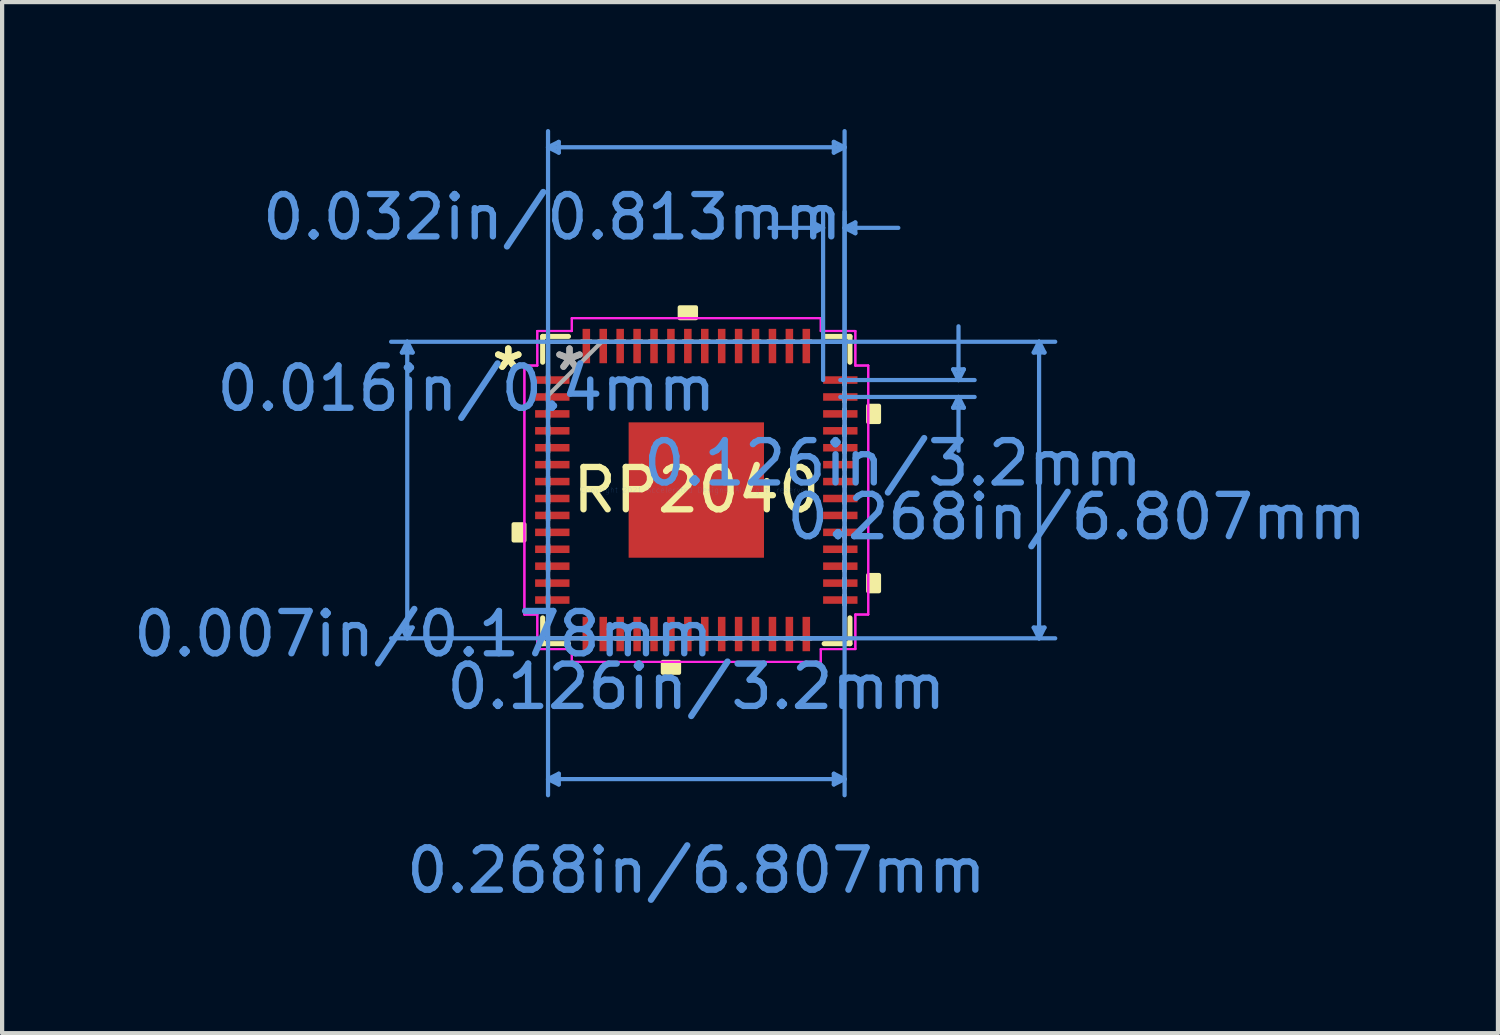
<source format=kicad_pcb>
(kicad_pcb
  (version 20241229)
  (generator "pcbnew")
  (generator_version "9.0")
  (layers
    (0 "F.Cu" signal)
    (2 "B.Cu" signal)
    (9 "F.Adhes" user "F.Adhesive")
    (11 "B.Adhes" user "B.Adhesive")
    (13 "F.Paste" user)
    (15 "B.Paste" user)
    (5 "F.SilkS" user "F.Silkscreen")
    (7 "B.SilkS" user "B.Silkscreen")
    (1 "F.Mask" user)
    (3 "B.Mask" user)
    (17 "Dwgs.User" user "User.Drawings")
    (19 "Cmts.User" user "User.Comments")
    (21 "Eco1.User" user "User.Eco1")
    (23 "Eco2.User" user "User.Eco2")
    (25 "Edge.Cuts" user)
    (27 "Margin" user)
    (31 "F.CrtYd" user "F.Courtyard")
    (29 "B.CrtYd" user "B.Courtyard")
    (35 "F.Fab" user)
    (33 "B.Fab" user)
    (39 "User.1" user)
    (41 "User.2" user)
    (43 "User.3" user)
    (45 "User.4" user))
  (footprint "RP2040"
    (layer "F.Cu")
    (at 13.41 8.534)
    (property "Reference" "RP2040" (at 0 0 0) (layer "F.SilkS") (effects (font (size 1 1) (thickness 0.15))))
    (attr through_hole)
    (fp_line (start -3.632 -3.632) (end -3.632 -3.022) (stroke (width 0.12) (type solid)) (layer "F.SilkS"))
    (fp_line (start -3.632 3.022) (end -3.632 3.632) (stroke (width 0.12) (type solid)) (layer "F.SilkS"))
    (fp_line (start -3.632 3.632) (end -3.022 3.632) (stroke (width 0.12) (type solid)) (layer "F.SilkS"))
    (fp_line (start -3.022 -3.632) (end -3.632 -3.632) (stroke (width 0.12) (type solid)) (layer "F.SilkS"))
    (fp_line (start 3.022 3.632) (end 3.632 3.632) (stroke (width 0.12) (type solid)) (layer "F.SilkS"))
    (fp_line (start 3.632 -3.632) (end 3.022 -3.632) (stroke (width 0.12) (type solid)) (layer "F.SilkS"))
    (fp_line (start 3.632 -3.022) (end 3.632 -3.632) (stroke (width 0.12) (type solid)) (layer "F.SilkS"))
    (fp_line (start 3.632 3.632) (end 3.632 3.022) (stroke (width 0.12) (type solid)) (layer "F.SilkS"))
    (fp_poly (pts (xy -4.318 0.81) (xy -4.318 1.191) (xy -4.064 1.191) (xy -4.064 0.81)) (stroke (width 0.1) (type solid)) (fill yes) (layer "F.SilkS"))
    (fp_poly (pts (xy -0.79 4.064) (xy -0.79 4.318) (xy -0.409 4.318) (xy -0.409 4.064)) (stroke (width 0.1) (type solid)) (fill yes) (layer "F.SilkS"))
    (fp_poly (pts (xy -0.391 -4.064) (xy -0.391 -4.318) (xy -0.009 -4.318) (xy -0.009 -4.064)) (stroke (width 0.1) (type solid)) (fill yes) (layer "F.SilkS"))
    (fp_poly (pts (xy 4.318 -1.99) (xy 4.318 -1.609) (xy 4.064 -1.609) (xy 4.064 -1.99)) (stroke (width 0.1) (type solid)) (fill yes) (layer "F.SilkS"))
    (fp_poly (pts (xy 4.318 2.01) (xy 4.318 2.391) (xy 4.064 2.391) (xy 4.064 2.01)) (stroke (width 0.1) (type solid)) (fill yes) (layer "F.SilkS"))
    (fp_poly (pts (xy -1.5 -1.5) (xy -1.5 -0.1) (xy -0.1 -0.1) (xy -0.1 -1.5)) (stroke (width 0.1) (type solid)) (fill yes) (layer "F.Paste"))
    (fp_poly (pts (xy -1.5 0.1) (xy -1.5 1.5) (xy -0.1 1.5) (xy -0.1 0.1)) (stroke (width 0.1) (type solid)) (fill yes) (layer "F.Paste"))
    (fp_poly (pts (xy 0.1 -1.5) (xy 0.1 -0.1) (xy 1.5 -0.1) (xy 1.5 -1.5)) (stroke (width 0.1) (type solid)) (fill yes) (layer "F.Paste"))
    (fp_poly (pts (xy 0.1 0.1) (xy 0.1 1.5) (xy 1.5 1.5) (xy 1.5 0.1)) (stroke (width 0.1) (type solid)) (fill yes) (layer "F.Paste"))
    (fp_line (start -6.96 -3.251) (end -6.706 -3.251) (stroke (width 0.1) (type solid)) (layer "Cmts.User"))
    (fp_line (start -6.96 3.251) (end -6.706 3.251) (stroke (width 0.1) (type solid)) (layer "Cmts.User"))
    (fp_line (start -6.833 -3.505) (end -6.96 -3.251) (stroke (width 0.1) (type solid)) (layer "Cmts.User"))
    (fp_line (start -6.833 -3.505) (end -6.833 3.505) (stroke (width 0.1) (type solid)) (layer "Cmts.User"))
    (fp_line (start -6.833 -3.505) (end -6.706 -3.251) (stroke (width 0.1) (type solid)) (layer "Cmts.User"))
    (fp_line (start -6.833 3.505) (end -6.96 3.251) (stroke (width 0.1) (type solid)) (layer "Cmts.User"))
    (fp_line (start -6.833 3.505) (end -6.706 3.251) (stroke (width 0.1) (type solid)) (layer "Cmts.User"))
    (fp_line (start -3.505 -8.103) (end -3.251 -8.23) (stroke (width 0.1) (type solid)) (layer "Cmts.User"))
    (fp_line (start -3.505 -8.103) (end -3.251 -7.976) (stroke (width 0.1) (type solid)) (layer "Cmts.User"))
    (fp_line (start -3.505 -8.103) (end 3.505 -8.103) (stroke (width 0.1) (type solid)) (layer "Cmts.User"))
    (fp_line (start -3.505 -3.505) (end -3.505 7.214) (stroke (width 0.1) (type solid)) (layer "Cmts.User"))
    (fp_line (start -3.505 -2.6) (end -3.505 -8.484) (stroke (width 0.1) (type solid)) (layer "Cmts.User"))
    (fp_line (start -3.505 6.833) (end -3.251 6.706) (stroke (width 0.1) (type solid)) (layer "Cmts.User"))
    (fp_line (start -3.505 6.833) (end -3.251 6.96) (stroke (width 0.1) (type solid)) (layer "Cmts.User"))
    (fp_line (start -3.505 6.833) (end 3.505 6.833) (stroke (width 0.1) (type solid)) (layer "Cmts.User"))
    (fp_line (start -3.251 -8.23) (end -3.251 -7.976) (stroke (width 0.1) (type solid)) (layer "Cmts.User"))
    (fp_line (start -3.251 6.706) (end -3.251 6.96) (stroke (width 0.1) (type solid)) (layer "Cmts.User"))
    (fp_line (start 2.6 -3.505) (end 8.484 -3.505) (stroke (width 0.1) (type solid)) (layer "Cmts.User"))
    (fp_line (start 2.6 3.505) (end 8.484 3.505) (stroke (width 0.1) (type solid)) (layer "Cmts.User"))
    (fp_line (start 2.743 -6.325) (end 2.743 -6.071) (stroke (width 0.1) (type solid)) (layer "Cmts.User"))
    (fp_line (start 2.997 -6.198) (end 1.727 -6.198) (stroke (width 0.1) (type solid)) (layer "Cmts.User"))
    (fp_line (start 2.997 -6.198) (end 2.743 -6.325) (stroke (width 0.1) (type solid)) (layer "Cmts.User"))
    (fp_line (start 2.997 -6.198) (end 2.743 -6.071) (stroke (width 0.1) (type solid)) (layer "Cmts.User"))
    (fp_line (start 2.997 -2.6) (end 2.997 -6.579) (stroke (width 0.1) (type solid)) (layer "Cmts.User"))
    (fp_line (start 3.251 -8.23) (end 3.251 -7.976) (stroke (width 0.1) (type solid)) (layer "Cmts.User"))
    (fp_line (start 3.251 6.706) (end 3.251 6.96) (stroke (width 0.1) (type solid)) (layer "Cmts.User"))
    (fp_line (start 3.404 -2.6) (end 6.579 -2.6) (stroke (width 0.1) (type solid)) (layer "Cmts.User"))
    (fp_line (start 3.404 -2.2) (end 6.579 -2.2) (stroke (width 0.1) (type solid)) (layer "Cmts.User"))
    (fp_line (start 3.505 -8.103) (end 3.251 -8.23) (stroke (width 0.1) (type solid)) (layer "Cmts.User"))
    (fp_line (start 3.505 -8.103) (end 3.251 -7.976) (stroke (width 0.1) (type solid)) (layer "Cmts.User"))
    (fp_line (start 3.505 -6.198) (end 3.759 -6.325) (stroke (width 0.1) (type solid)) (layer "Cmts.User"))
    (fp_line (start 3.505 -6.198) (end 3.759 -6.071) (stroke (width 0.1) (type solid)) (layer "Cmts.User"))
    (fp_line (start 3.505 -6.198) (end 4.775 -6.198) (stroke (width 0.1) (type solid)) (layer "Cmts.User"))
    (fp_line (start 3.505 -3.505) (end -7.214 -3.505) (stroke (width 0.1) (type solid)) (layer "Cmts.User"))
    (fp_line (start 3.505 -3.505) (end 3.505 7.214) (stroke (width 0.1) (type solid)) (layer "Cmts.User"))
    (fp_line (start 3.505 -2.6) (end 3.505 -8.484) (stroke (width 0.1) (type solid)) (layer "Cmts.User"))
    (fp_line (start 3.505 -2.6) (end 3.505 -6.579) (stroke (width 0.1) (type solid)) (layer "Cmts.User"))
    (fp_line (start 3.505 3.505) (end -7.214 3.505) (stroke (width 0.1) (type solid)) (layer "Cmts.User"))
    (fp_line (start 3.505 6.833) (end 3.251 6.706) (stroke (width 0.1) (type solid)) (layer "Cmts.User"))
    (fp_line (start 3.505 6.833) (end 3.251 6.96) (stroke (width 0.1) (type solid)) (layer "Cmts.User"))
    (fp_line (start 3.759 -6.325) (end 3.759 -6.071) (stroke (width 0.1) (type solid)) (layer "Cmts.User"))
    (fp_line (start 6.071 -2.854) (end 6.325 -2.854) (stroke (width 0.1) (type solid)) (layer "Cmts.User"))
    (fp_line (start 6.071 -1.946) (end 6.325 -1.946) (stroke (width 0.1) (type solid)) (layer "Cmts.User"))
    (fp_line (start 6.198 -2.6) (end 6.071 -2.854) (stroke (width 0.1) (type solid)) (layer "Cmts.User"))
    (fp_line (start 6.198 -2.6) (end 6.198 -3.87) (stroke (width 0.1) (type solid)) (layer "Cmts.User"))
    (fp_line (start 6.198 -2.6) (end 6.325 -2.854) (stroke (width 0.1) (type solid)) (layer "Cmts.User"))
    (fp_line (start 6.198 -2.2) (end 6.071 -1.946) (stroke (width 0.1) (type solid)) (layer "Cmts.User"))
    (fp_line (start 6.198 -2.2) (end 6.198 -0.93) (stroke (width 0.1) (type solid)) (layer "Cmts.User"))
    (fp_line (start 6.198 -2.2) (end 6.325 -1.946) (stroke (width 0.1) (type solid)) (layer "Cmts.User"))
    (fp_line (start 7.976 -3.251) (end 8.23 -3.251) (stroke (width 0.1) (type solid)) (layer "Cmts.User"))
    (fp_line (start 7.976 3.251) (end 8.23 3.251) (stroke (width 0.1) (type solid)) (layer "Cmts.User"))
    (fp_line (start 8.103 -3.505) (end 7.976 -3.251) (stroke (width 0.1) (type solid)) (layer "Cmts.User"))
    (fp_line (start 8.103 -3.505) (end 8.103 3.505) (stroke (width 0.1) (type solid)) (layer "Cmts.User"))
    (fp_line (start 8.103 -3.505) (end 8.23 -3.251) (stroke (width 0.1) (type solid)) (layer "Cmts.User"))
    (fp_line (start 8.103 3.505) (end 7.976 3.251) (stroke (width 0.1) (type solid)) (layer "Cmts.User"))
    (fp_line (start 8.103 3.505) (end 8.23 3.251) (stroke (width 0.1) (type solid)) (layer "Cmts.User"))
    (fp_line (start -4.064 -2.943) (end -3.759 -2.943) (stroke (width 0.05) (type solid)) (layer "F.CrtYd"))
    (fp_line (start -4.064 -2.943) (end -3.759 -2.943) (stroke (width 0.05) (type solid)) (layer "F.CrtYd"))
    (fp_line (start -4.064 2.943) (end -4.064 -2.943) (stroke (width 0.05) (type solid)) (layer "F.CrtYd"))
    (fp_line (start -4.064 2.943) (end -4.064 -2.943) (stroke (width 0.05) (type solid)) (layer "F.CrtYd"))
    (fp_line (start -3.759 -3.759) (end -2.943 -3.759) (stroke (width 0.05) (type solid)) (layer "F.CrtYd"))
    (fp_line (start -3.759 -3.759) (end -2.943 -3.759) (stroke (width 0.05) (type solid)) (layer "F.CrtYd"))
    (fp_line (start -3.759 -2.943) (end -3.759 -3.759) (stroke (width 0.05) (type solid)) (layer "F.CrtYd"))
    (fp_line (start -3.759 -2.943) (end -3.759 -3.759) (stroke (width 0.05) (type solid)) (layer "F.CrtYd"))
    (fp_line (start -3.759 2.943) (end -4.064 2.943) (stroke (width 0.05) (type solid)) (layer "F.CrtYd"))
    (fp_line (start -3.759 2.943) (end -4.064 2.943) (stroke (width 0.05) (type solid)) (layer "F.CrtYd"))
    (fp_line (start -3.759 3.759) (end -3.759 2.943) (stroke (width 0.05) (type solid)) (layer "F.CrtYd"))
    (fp_line (start -3.759 3.759) (end -3.759 2.943) (stroke (width 0.05) (type solid)) (layer "F.CrtYd"))
    (fp_line (start -2.943 -4.064) (end 2.943 -4.064) (stroke (width 0.05) (type solid)) (layer "F.CrtYd"))
    (fp_line (start -2.943 -4.064) (end 2.943 -4.064) (stroke (width 0.05) (type solid)) (layer "F.CrtYd"))
    (fp_line (start -2.943 -3.759) (end -2.943 -4.064) (stroke (width 0.05) (type solid)) (layer "F.CrtYd"))
    (fp_line (start -2.943 -3.759) (end -2.943 -4.064) (stroke (width 0.05) (type solid)) (layer "F.CrtYd"))
    (fp_line (start -2.943 3.759) (end -3.759 3.759) (stroke (width 0.05) (type solid)) (layer "F.CrtYd"))
    (fp_line (start -2.943 3.759) (end -3.759 3.759) (stroke (width 0.05) (type solid)) (layer "F.CrtYd"))
    (fp_line (start -2.943 4.064) (end -2.943 3.759) (stroke (width 0.05) (type solid)) (layer "F.CrtYd"))
    (fp_line (start -2.943 4.064) (end -2.943 3.759) (stroke (width 0.05) (type solid)) (layer "F.CrtYd"))
    (fp_line (start 2.943 -4.064) (end 2.943 -3.759) (stroke (width 0.05) (type solid)) (layer "F.CrtYd"))
    (fp_line (start 2.943 -4.064) (end 2.943 -3.759) (stroke (width 0.05) (type solid)) (layer "F.CrtYd"))
    (fp_line (start 2.943 -3.759) (end 3.759 -3.759) (stroke (width 0.05) (type solid)) (layer "F.CrtYd"))
    (fp_line (start 2.943 -3.759) (end 3.759 -3.759) (stroke (width 0.05) (type solid)) (layer "F.CrtYd"))
    (fp_line (start 2.943 3.759) (end 2.943 4.064) (stroke (width 0.05) (type solid)) (layer "F.CrtYd"))
    (fp_line (start 2.943 3.759) (end 2.943 4.064) (stroke (width 0.05) (type solid)) (layer "F.CrtYd"))
    (fp_line (start 2.943 4.064) (end -2.943 4.064) (stroke (width 0.05) (type solid)) (layer "F.CrtYd"))
    (fp_line (start 2.943 4.064) (end -2.943 4.064) (stroke (width 0.05) (type solid)) (layer "F.CrtYd"))
    (fp_line (start 3.759 -3.759) (end 3.759 -2.943) (stroke (width 0.05) (type solid)) (layer "F.CrtYd"))
    (fp_line (start 3.759 -3.759) (end 3.759 -2.943) (stroke (width 0.05) (type solid)) (layer "F.CrtYd"))
    (fp_line (start 3.759 -2.943) (end 4.064 -2.943) (stroke (width 0.05) (type solid)) (layer "F.CrtYd"))
    (fp_line (start 3.759 -2.943) (end 4.064 -2.943) (stroke (width 0.05) (type solid)) (layer "F.CrtYd"))
    (fp_line (start 3.759 2.943) (end 3.759 3.759) (stroke (width 0.05) (type solid)) (layer "F.CrtYd"))
    (fp_line (start 3.759 2.943) (end 3.759 3.759) (stroke (width 0.05) (type solid)) (layer "F.CrtYd"))
    (fp_line (start 3.759 3.759) (end 2.943 3.759) (stroke (width 0.05) (type solid)) (layer "F.CrtYd"))
    (fp_line (start 3.759 3.759) (end 2.943 3.759) (stroke (width 0.05) (type solid)) (layer "F.CrtYd"))
    (fp_line (start 4.064 -2.943) (end 4.064 2.943) (stroke (width 0.05) (type solid)) (layer "F.CrtYd"))
    (fp_line (start 4.064 -2.943) (end 4.064 2.943) (stroke (width 0.05) (type solid)) (layer "F.CrtYd"))
    (fp_line (start 4.064 2.943) (end 3.759 2.943) (stroke (width 0.05) (type solid)) (layer "F.CrtYd"))
    (fp_line (start 4.064 2.943) (end 3.759 2.943) (stroke (width 0.05) (type solid)) (layer "F.CrtYd"))
    (fp_line (start -3.505 -3.505) (end -3.505 -3.505) (stroke (width 0.1) (type solid)) (layer "F.Fab"))
    (fp_line (start -3.505 -3.505) (end -3.505 3.505) (stroke (width 0.1) (type solid)) (layer "F.Fab"))
    (fp_line (start -3.505 -2.714) (end -3.505 -2.714) (stroke (width 0.1) (type solid)) (layer "F.Fab"))
    (fp_line (start -3.505 -2.714) (end -3.505 -2.486) (stroke (width 0.1) (type solid)) (layer "F.Fab"))
    (fp_line (start -3.505 -2.486) (end -3.505 -2.714) (stroke (width 0.1) (type solid)) (layer "F.Fab"))
    (fp_line (start -3.505 -2.486) (end -3.505 -2.486) (stroke (width 0.1) (type solid)) (layer "F.Fab"))
    (fp_line (start -3.505 -2.314) (end -3.505 -2.314) (stroke (width 0.1) (type solid)) (layer "F.Fab"))
    (fp_line (start -3.505 -2.314) (end -3.505 -2.086) (stroke (width 0.1) (type solid)) (layer "F.Fab"))
    (fp_line (start -3.505 -2.235) (end -2.235 -3.505) (stroke (width 0.1) (type solid)) (layer "F.Fab"))
    (fp_line (start -3.505 -2.086) (end -3.505 -2.314) (stroke (width 0.1) (type solid)) (layer "F.Fab"))
    (fp_line (start -3.505 -2.086) (end -3.505 -2.086) (stroke (width 0.1) (type solid)) (layer "F.Fab"))
    (fp_line (start -3.505 -1.914) (end -3.505 -1.914) (stroke (width 0.1) (type solid)) (layer "F.Fab"))
    (fp_line (start -3.505 -1.914) (end -3.505 -1.686) (stroke (width 0.1) (type solid)) (layer "F.Fab"))
    (fp_line (start -3.505 -1.686) (end -3.505 -1.914) (stroke (width 0.1) (type solid)) (layer "F.Fab"))
    (fp_line (start -3.505 -1.686) (end -3.505 -1.686) (stroke (width 0.1) (type solid)) (layer "F.Fab"))
    (fp_line (start -3.505 -1.514) (end -3.505 -1.514) (stroke (width 0.1) (type solid)) (layer "F.Fab"))
    (fp_line (start -3.505 -1.514) (end -3.505 -1.286) (stroke (width 0.1) (type solid)) (layer "F.Fab"))
    (fp_line (start -3.505 -1.286) (end -3.505 -1.514) (stroke (width 0.1) (type solid)) (layer "F.Fab"))
    (fp_line (start -3.505 -1.286) (end -3.505 -1.286) (stroke (width 0.1) (type solid)) (layer "F.Fab"))
    (fp_line (start -3.505 -1.114) (end -3.505 -1.114) (stroke (width 0.1) (type solid)) (layer "F.Fab"))
    (fp_line (start -3.505 -1.114) (end -3.505 -0.886) (stroke (width 0.1) (type solid)) (layer "F.Fab"))
    (fp_line (start -3.505 -0.886) (end -3.505 -1.114) (stroke (width 0.1) (type solid)) (layer "F.Fab"))
    (fp_line (start -3.505 -0.886) (end -3.505 -0.886) (stroke (width 0.1) (type solid)) (layer "F.Fab"))
    (fp_line (start -3.505 -0.714) (end -3.505 -0.714) (stroke (width 0.1) (type solid)) (layer "F.Fab"))
    (fp_line (start -3.505 -0.714) (end -3.505 -0.486) (stroke (width 0.1) (type solid)) (layer "F.Fab"))
    (fp_line (start -3.505 -0.486) (end -3.505 -0.714) (stroke (width 0.1) (type solid)) (layer "F.Fab"))
    (fp_line (start -3.505 -0.486) (end -3.505 -0.486) (stroke (width 0.1) (type solid)) (layer "F.Fab"))
    (fp_line (start -3.505 -0.314) (end -3.505 -0.314) (stroke (width 0.1) (type solid)) (layer "F.Fab"))
    (fp_line (start -3.505 -0.314) (end -3.505 -0.086) (stroke (width 0.1) (type solid)) (layer "F.Fab"))
    (fp_line (start -3.505 -0.086) (end -3.505 -0.314) (stroke (width 0.1) (type solid)) (layer "F.Fab"))
    (fp_line (start -3.505 -0.086) (end -3.505 -0.086) (stroke (width 0.1) (type solid)) (layer "F.Fab"))
    (fp_line (start -3.505 0.086) (end -3.505 0.086) (stroke (width 0.1) (type solid)) (layer "F.Fab"))
    (fp_line (start -3.505 0.086) (end -3.505 0.314) (stroke (width 0.1) (type solid)) (layer "F.Fab"))
    (fp_line (start -3.505 0.314) (end -3.505 0.086) (stroke (width 0.1) (type solid)) (layer "F.Fab"))
    (fp_line (start -3.505 0.314) (end -3.505 0.314) (stroke (width 0.1) (type solid)) (layer "F.Fab"))
    (fp_line (start -3.505 0.486) (end -3.505 0.486) (stroke (width 0.1) (type solid)) (layer "F.Fab"))
    (fp_line (start -3.505 0.486) (end -3.505 0.714) (stroke (width 0.1) (type solid)) (layer "F.Fab"))
    (fp_line (start -3.505 0.714) (end -3.505 0.486) (stroke (width 0.1) (type solid)) (layer "F.Fab"))
    (fp_line (start -3.505 0.714) (end -3.505 0.714) (stroke (width 0.1) (type solid)) (layer "F.Fab"))
    (fp_line (start -3.505 0.886) (end -3.505 0.886) (stroke (width 0.1) (type solid)) (layer "F.Fab"))
    (fp_line (start -3.505 0.886) (end -3.505 1.114) (stroke (width 0.1) (type solid)) (layer "F.Fab"))
    (fp_line (start -3.505 1.114) (end -3.505 0.886) (stroke (width 0.1) (type solid)) (layer "F.Fab"))
    (fp_line (start -3.505 1.114) (end -3.505 1.114) (stroke (width 0.1) (type solid)) (layer "F.Fab"))
    (fp_line (start -3.505 1.286) (end -3.505 1.286) (stroke (width 0.1) (type solid)) (layer "F.Fab"))
    (fp_line (start -3.505 1.286) (end -3.505 1.514) (stroke (width 0.1) (type solid)) (layer "F.Fab"))
    (fp_line (start -3.505 1.514) (end -3.505 1.286) (stroke (width 0.1) (type solid)) (layer "F.Fab"))
    (fp_line (start -3.505 1.514) (end -3.505 1.514) (stroke (width 0.1) (type solid)) (layer "F.Fab"))
    (fp_line (start -3.505 1.686) (end -3.505 1.686) (stroke (width 0.1) (type solid)) (layer "F.Fab"))
    (fp_line (start -3.505 1.686) (end -3.505 1.914) (stroke (width 0.1) (type solid)) (layer "F.Fab"))
    (fp_line (start -3.505 1.914) (end -3.505 1.686) (stroke (width 0.1) (type solid)) (layer "F.Fab"))
    (fp_line (start -3.505 1.914) (end -3.505 1.914) (stroke (width 0.1) (type solid)) (layer "F.Fab"))
    (fp_line (start -3.505 2.086) (end -3.505 2.086) (stroke (width 0.1) (type solid)) (layer "F.Fab"))
    (fp_line (start -3.505 2.086) (end -3.505 2.314) (stroke (width 0.1) (type solid)) (layer "F.Fab"))
    (fp_line (start -3.505 2.314) (end -3.505 2.086) (stroke (width 0.1) (type solid)) (layer "F.Fab"))
    (fp_line (start -3.505 2.314) (end -3.505 2.314) (stroke (width 0.1) (type solid)) (layer "F.Fab"))
    (fp_line (start -3.505 2.486) (end -3.505 2.486) (stroke (width 0.1) (type solid)) (layer "F.Fab"))
    (fp_line (start -3.505 2.486) (end -3.505 2.714) (stroke (width 0.1) (type solid)) (layer "F.Fab"))
    (fp_line (start -3.505 2.714) (end -3.505 2.486) (stroke (width 0.1) (type solid)) (layer "F.Fab"))
    (fp_line (start -3.505 2.714) (end -3.505 2.714) (stroke (width 0.1) (type solid)) (layer "F.Fab"))
    (fp_line (start -3.505 3.505) (end -3.505 3.505) (stroke (width 0.1) (type solid)) (layer "F.Fab"))
    (fp_line (start -3.505 3.505) (end 3.505 3.505) (stroke (width 0.1) (type solid)) (layer "F.Fab"))
    (fp_line (start -2.714 -3.505) (end -2.714 -3.505) (stroke (width 0.1) (type solid)) (layer "F.Fab"))
    (fp_line (start -2.714 -3.505) (end -2.486 -3.505) (stroke (width 0.1) (type solid)) (layer "F.Fab"))
    (fp_line (start -2.714 3.505) (end -2.714 3.505) (stroke (width 0.1) (type solid)) (layer "F.Fab"))
    (fp_line (start -2.714 3.505) (end -2.486 3.505) (stroke (width 0.1) (type solid)) (layer "F.Fab"))
    (fp_line (start -2.486 -3.505) (end -2.714 -3.505) (stroke (width 0.1) (type solid)) (layer "F.Fab"))
    (fp_line (start -2.486 -3.505) (end -2.486 -3.505) (stroke (width 0.1) (type solid)) (layer "F.Fab"))
    (fp_line (start -2.486 3.505) (end -2.714 3.505) (stroke (width 0.1) (type solid)) (layer "F.Fab"))
    (fp_line (start -2.486 3.505) (end -2.486 3.505) (stroke (width 0.1) (type solid)) (layer "F.Fab"))
    (fp_line (start -2.314 -3.505) (end -2.314 -3.505) (stroke (width 0.1) (type solid)) (layer "F.Fab"))
    (fp_line (start -2.314 -3.505) (end -2.086 -3.505) (stroke (width 0.1) (type solid)) (layer "F.Fab"))
    (fp_line (start -2.314 3.505) (end -2.314 3.505) (stroke (width 0.1) (type solid)) (layer "F.Fab"))
    (fp_line (start -2.314 3.505) (end -2.086 3.505) (stroke (width 0.1) (type solid)) (layer "F.Fab"))
    (fp_line (start -2.086 -3.505) (end -2.314 -3.505) (stroke (width 0.1) (type solid)) (layer "F.Fab"))
    (fp_line (start -2.086 -3.505) (end -2.086 -3.505) (stroke (width 0.1) (type solid)) (layer "F.Fab"))
    (fp_line (start -2.086 3.505) (end -2.314 3.505) (stroke (width 0.1) (type solid)) (layer "F.Fab"))
    (fp_line (start -2.086 3.505) (end -2.086 3.505) (stroke (width 0.1) (type solid)) (layer "F.Fab"))
    (fp_line (start -1.914 -3.505) (end -1.914 -3.505) (stroke (width 0.1) (type solid)) (layer "F.Fab"))
    (fp_line (start -1.914 -3.505) (end -1.686 -3.505) (stroke (width 0.1) (type solid)) (layer "F.Fab"))
    (fp_line (start -1.914 3.505) (end -1.914 3.505) (stroke (width 0.1) (type solid)) (layer "F.Fab"))
    (fp_line (start -1.914 3.505) (end -1.686 3.505) (stroke (width 0.1) (type solid)) (layer "F.Fab"))
    (fp_line (start -1.686 -3.505) (end -1.914 -3.505) (stroke (width 0.1) (type solid)) (layer "F.Fab"))
    (fp_line (start -1.686 -3.505) (end -1.686 -3.505) (stroke (width 0.1) (type solid)) (layer "F.Fab"))
    (fp_line (start -1.686 3.505) (end -1.914 3.505) (stroke (width 0.1) (type solid)) (layer "F.Fab"))
    (fp_line (start -1.686 3.505) (end -1.686 3.505) (stroke (width 0.1) (type solid)) (layer "F.Fab"))
    (fp_line (start -1.514 -3.505) (end -1.514 -3.505) (stroke (width 0.1) (type solid)) (layer "F.Fab"))
    (fp_line (start -1.514 -3.505) (end -1.286 -3.505) (stroke (width 0.1) (type solid)) (layer "F.Fab"))
    (fp_line (start -1.514 3.505) (end -1.514 3.505) (stroke (width 0.1) (type solid)) (layer "F.Fab"))
    (fp_line (start -1.514 3.505) (end -1.286 3.505) (stroke (width 0.1) (type solid)) (layer "F.Fab"))
    (fp_line (start -1.286 -3.505) (end -1.514 -3.505) (stroke (width 0.1) (type solid)) (layer "F.Fab"))
    (fp_line (start -1.286 -3.505) (end -1.286 -3.505) (stroke (width 0.1) (type solid)) (layer "F.Fab"))
    (fp_line (start -1.286 3.505) (end -1.514 3.505) (stroke (width 0.1) (type solid)) (layer "F.Fab"))
    (fp_line (start -1.286 3.505) (end -1.286 3.505) (stroke (width 0.1) (type solid)) (layer "F.Fab"))
    (fp_line (start -1.114 -3.505) (end -1.114 -3.505) (stroke (width 0.1) (type solid)) (layer "F.Fab"))
    (fp_line (start -1.114 -3.505) (end -0.886 -3.505) (stroke (width 0.1) (type solid)) (layer "F.Fab"))
    (fp_line (start -1.114 3.505) (end -1.114 3.505) (stroke (width 0.1) (type solid)) (layer "F.Fab"))
    (fp_line (start -1.114 3.505) (end -0.886 3.505) (stroke (width 0.1) (type solid)) (layer "F.Fab"))
    (fp_line (start -0.886 -3.505) (end -1.114 -3.505) (stroke (width 0.1) (type solid)) (layer "F.Fab"))
    (fp_line (start -0.886 -3.505) (end -0.886 -3.505) (stroke (width 0.1) (type solid)) (layer "F.Fab"))
    (fp_line (start -0.886 3.505) (end -1.114 3.505) (stroke (width 0.1) (type solid)) (layer "F.Fab"))
    (fp_line (start -0.886 3.505) (end -0.886 3.505) (stroke (width 0.1) (type solid)) (layer "F.Fab"))
    (fp_line (start -0.714 -3.505) (end -0.714 -3.505) (stroke (width 0.1) (type solid)) (layer "F.Fab"))
    (fp_line (start -0.714 -3.505) (end -0.486 -3.505) (stroke (width 0.1) (type solid)) (layer "F.Fab"))
    (fp_line (start -0.714 3.505) (end -0.714 3.505) (stroke (width 0.1) (type solid)) (layer "F.Fab"))
    (fp_line (start -0.714 3.505) (end -0.486 3.505) (stroke (width 0.1) (type solid)) (layer "F.Fab"))
    (fp_line (start -0.486 -3.505) (end -0.714 -3.505) (stroke (width 0.1) (type solid)) (layer "F.Fab"))
    (fp_line (start -0.486 -3.505) (end -0.486 -3.505) (stroke (width 0.1) (type solid)) (layer "F.Fab"))
    (fp_line (start -0.486 3.505) (end -0.714 3.505) (stroke (width 0.1) (type solid)) (layer "F.Fab"))
    (fp_line (start -0.486 3.505) (end -0.486 3.505) (stroke (width 0.1) (type solid)) (layer "F.Fab"))
    (fp_line (start -0.314 -3.505) (end -0.314 -3.505) (stroke (width 0.1) (type solid)) (layer "F.Fab"))
    (fp_line (start -0.314 -3.505) (end -0.086 -3.505) (stroke (width 0.1) (type solid)) (layer "F.Fab"))
    (fp_line (start -0.314 3.505) (end -0.314 3.505) (stroke (width 0.1) (type solid)) (layer "F.Fab"))
    (fp_line (start -0.314 3.505) (end -0.086 3.505) (stroke (width 0.1) (type solid)) (layer "F.Fab"))
    (fp_line (start -0.086 -3.505) (end -0.314 -3.505) (stroke (width 0.1) (type solid)) (layer "F.Fab"))
    (fp_line (start -0.086 -3.505) (end -0.086 -3.505) (stroke (width 0.1) (type solid)) (layer "F.Fab"))
    (fp_line (start -0.086 3.505) (end -0.314 3.505) (stroke (width 0.1) (type solid)) (layer "F.Fab"))
    (fp_line (start -0.086 3.505) (end -0.086 3.505) (stroke (width 0.1) (type solid)) (layer "F.Fab"))
    (fp_line (start 0.086 -3.505) (end 0.086 -3.505) (stroke (width 0.1) (type solid)) (layer "F.Fab"))
    (fp_line (start 0.086 -3.505) (end 0.314 -3.505) (stroke (width 0.1) (type solid)) (layer "F.Fab"))
    (fp_line (start 0.086 3.505) (end 0.086 3.505) (stroke (width 0.1) (type solid)) (layer "F.Fab"))
    (fp_line (start 0.086 3.505) (end 0.314 3.505) (stroke (width 0.1) (type solid)) (layer "F.Fab"))
    (fp_line (start 0.314 -3.505) (end 0.086 -3.505) (stroke (width 0.1) (type solid)) (layer "F.Fab"))
    (fp_line (start 0.314 -3.505) (end 0.314 -3.505) (stroke (width 0.1) (type solid)) (layer "F.Fab"))
    (fp_line (start 0.314 3.505) (end 0.086 3.505) (stroke (width 0.1) (type solid)) (layer "F.Fab"))
    (fp_line (start 0.314 3.505) (end 0.314 3.505) (stroke (width 0.1) (type solid)) (layer "F.Fab"))
    (fp_line (start 0.486 -3.505) (end 0.486 -3.505) (stroke (width 0.1) (type solid)) (layer "F.Fab"))
    (fp_line (start 0.486 -3.505) (end 0.714 -3.505) (stroke (width 0.1) (type solid)) (layer "F.Fab"))
    (fp_line (start 0.486 3.505) (end 0.486 3.505) (stroke (width 0.1) (type solid)) (layer "F.Fab"))
    (fp_line (start 0.486 3.505) (end 0.714 3.505) (stroke (width 0.1) (type solid)) (layer "F.Fab"))
    (fp_line (start 0.714 -3.505) (end 0.486 -3.505) (stroke (width 0.1) (type solid)) (layer "F.Fab"))
    (fp_line (start 0.714 -3.505) (end 0.714 -3.505) (stroke (width 0.1) (type solid)) (layer "F.Fab"))
    (fp_line (start 0.714 3.505) (end 0.486 3.505) (stroke (width 0.1) (type solid)) (layer "F.Fab"))
    (fp_line (start 0.714 3.505) (end 0.714 3.505) (stroke (width 0.1) (type solid)) (layer "F.Fab"))
    (fp_line (start 0.886 -3.505) (end 0.886 -3.505) (stroke (width 0.1) (type solid)) (layer "F.Fab"))
    (fp_line (start 0.886 -3.505) (end 1.114 -3.505) (stroke (width 0.1) (type solid)) (layer "F.Fab"))
    (fp_line (start 0.886 3.505) (end 0.886 3.505) (stroke (width 0.1) (type solid)) (layer "F.Fab"))
    (fp_line (start 0.886 3.505) (end 1.114 3.505) (stroke (width 0.1) (type solid)) (layer "F.Fab"))
    (fp_line (start 1.114 -3.505) (end 0.886 -3.505) (stroke (width 0.1) (type solid)) (layer "F.Fab"))
    (fp_line (start 1.114 -3.505) (end 1.114 -3.505) (stroke (width 0.1) (type solid)) (layer "F.Fab"))
    (fp_line (start 1.114 3.505) (end 0.886 3.505) (stroke (width 0.1) (type solid)) (layer "F.Fab"))
    (fp_line (start 1.114 3.505) (end 1.114 3.505) (stroke (width 0.1) (type solid)) (layer "F.Fab"))
    (fp_line (start 1.286 -3.505) (end 1.286 -3.505) (stroke (width 0.1) (type solid)) (layer "F.Fab"))
    (fp_line (start 1.286 -3.505) (end 1.514 -3.505) (stroke (width 0.1) (type solid)) (layer "F.Fab"))
    (fp_line (start 1.286 3.505) (end 1.286 3.505) (stroke (width 0.1) (type solid)) (layer "F.Fab"))
    (fp_line (start 1.286 3.505) (end 1.514 3.505) (stroke (width 0.1) (type solid)) (layer "F.Fab"))
    (fp_line (start 1.514 -3.505) (end 1.286 -3.505) (stroke (width 0.1) (type solid)) (layer "F.Fab"))
    (fp_line (start 1.514 -3.505) (end 1.514 -3.505) (stroke (width 0.1) (type solid)) (layer "F.Fab"))
    (fp_line (start 1.514 3.505) (end 1.286 3.505) (stroke (width 0.1) (type solid)) (layer "F.Fab"))
    (fp_line (start 1.514 3.505) (end 1.514 3.505) (stroke (width 0.1) (type solid)) (layer "F.Fab"))
    (fp_line (start 1.686 -3.505) (end 1.686 -3.505) (stroke (width 0.1) (type solid)) (layer "F.Fab"))
    (fp_line (start 1.686 -3.505) (end 1.914 -3.505) (stroke (width 0.1) (type solid)) (layer "F.Fab"))
    (fp_line (start 1.686 3.505) (end 1.686 3.505) (stroke (width 0.1) (type solid)) (layer "F.Fab"))
    (fp_line (start 1.686 3.505) (end 1.914 3.505) (stroke (width 0.1) (type solid)) (layer "F.Fab"))
    (fp_line (start 1.914 -3.505) (end 1.686 -3.505) (stroke (width 0.1) (type solid)) (layer "F.Fab"))
    (fp_line (start 1.914 -3.505) (end 1.914 -3.505) (stroke (width 0.1) (type solid)) (layer "F.Fab"))
    (fp_line (start 1.914 3.505) (end 1.686 3.505) (stroke (width 0.1) (type solid)) (layer "F.Fab"))
    (fp_line (start 1.914 3.505) (end 1.914 3.505) (stroke (width 0.1) (type solid)) (layer "F.Fab"))
    (fp_line (start 2.086 -3.505) (end 2.086 -3.505) (stroke (width 0.1) (type solid)) (layer "F.Fab"))
    (fp_line (start 2.086 -3.505) (end 2.314 -3.505) (stroke (width 0.1) (type solid)) (layer "F.Fab"))
    (fp_line (start 2.086 3.505) (end 2.086 3.505) (stroke (width 0.1) (type solid)) (layer "F.Fab"))
    (fp_line (start 2.086 3.505) (end 2.314 3.505) (stroke (width 0.1) (type solid)) (layer "F.Fab"))
    (fp_line (start 2.314 -3.505) (end 2.086 -3.505) (stroke (width 0.1) (type solid)) (layer "F.Fab"))
    (fp_line (start 2.314 -3.505) (end 2.314 -3.505) (stroke (width 0.1) (type solid)) (layer "F.Fab"))
    (fp_line (start 2.314 3.505) (end 2.086 3.505) (stroke (width 0.1) (type solid)) (layer "F.Fab"))
    (fp_line (start 2.314 3.505) (end 2.314 3.505) (stroke (width 0.1) (type solid)) (layer "F.Fab"))
    (fp_line (start 2.486 -3.505) (end 2.486 -3.505) (stroke (width 0.1) (type solid)) (layer "F.Fab"))
    (fp_line (start 2.486 -3.505) (end 2.714 -3.505) (stroke (width 0.1) (type solid)) (layer "F.Fab"))
    (fp_line (start 2.486 3.505) (end 2.486 3.505) (stroke (width 0.1) (type solid)) (layer "F.Fab"))
    (fp_line (start 2.486 3.505) (end 2.714 3.505) (stroke (width 0.1) (type solid)) (layer "F.Fab"))
    (fp_line (start 2.714 -3.505) (end 2.486 -3.505) (stroke (width 0.1) (type solid)) (layer "F.Fab"))
    (fp_line (start 2.714 -3.505) (end 2.714 -3.505) (stroke (width 0.1) (type solid)) (layer "F.Fab"))
    (fp_line (start 2.714 3.505) (end 2.486 3.505) (stroke (width 0.1) (type solid)) (layer "F.Fab"))
    (fp_line (start 2.714 3.505) (end 2.714 3.505) (stroke (width 0.1) (type solid)) (layer "F.Fab"))
    (fp_line (start 3.505 -3.505) (end -3.505 -3.505) (stroke (width 0.1) (type solid)) (layer "F.Fab"))
    (fp_line (start 3.505 -3.505) (end 3.505 -3.505) (stroke (width 0.1) (type solid)) (layer "F.Fab"))
    (fp_line (start 3.505 -2.714) (end 3.505 -2.714) (stroke (width 0.1) (type solid)) (layer "F.Fab"))
    (fp_line (start 3.505 -2.714) (end 3.505 -2.486) (stroke (width 0.1) (type solid)) (layer "F.Fab"))
    (fp_line (start 3.505 -2.486) (end 3.505 -2.714) (stroke (width 0.1) (type solid)) (layer "F.Fab"))
    (fp_line (start 3.505 -2.486) (end 3.505 -2.486) (stroke (width 0.1) (type solid)) (layer "F.Fab"))
    (fp_line (start 3.505 -2.314) (end 3.505 -2.314) (stroke (width 0.1) (type solid)) (layer "F.Fab"))
    (fp_line (start 3.505 -2.314) (end 3.505 -2.086) (stroke (width 0.1) (type solid)) (layer "F.Fab"))
    (fp_line (start 3.505 -2.086) (end 3.505 -2.314) (stroke (width 0.1) (type solid)) (layer "F.Fab"))
    (fp_line (start 3.505 -2.086) (end 3.505 -2.086) (stroke (width 0.1) (type solid)) (layer "F.Fab"))
    (fp_line (start 3.505 -1.914) (end 3.505 -1.914) (stroke (width 0.1) (type solid)) (layer "F.Fab"))
    (fp_line (start 3.505 -1.914) (end 3.505 -1.686) (stroke (width 0.1) (type solid)) (layer "F.Fab"))
    (fp_line (start 3.505 -1.686) (end 3.505 -1.914) (stroke (width 0.1) (type solid)) (layer "F.Fab"))
    (fp_line (start 3.505 -1.686) (end 3.505 -1.686) (stroke (width 0.1) (type solid)) (layer "F.Fab"))
    (fp_line (start 3.505 -1.514) (end 3.505 -1.514) (stroke (width 0.1) (type solid)) (layer "F.Fab"))
    (fp_line (start 3.505 -1.514) (end 3.505 -1.286) (stroke (width 0.1) (type solid)) (layer "F.Fab"))
    (fp_line (start 3.505 -1.286) (end 3.505 -1.514) (stroke (width 0.1) (type solid)) (layer "F.Fab"))
    (fp_line (start 3.505 -1.286) (end 3.505 -1.286) (stroke (width 0.1) (type solid)) (layer "F.Fab"))
    (fp_line (start 3.505 -1.114) (end 3.505 -1.114) (stroke (width 0.1) (type solid)) (layer "F.Fab"))
    (fp_line (start 3.505 -1.114) (end 3.505 -0.886) (stroke (width 0.1) (type solid)) (layer "F.Fab"))
    (fp_line (start 3.505 -0.886) (end 3.505 -1.114) (stroke (width 0.1) (type solid)) (layer "F.Fab"))
    (fp_line (start 3.505 -0.886) (end 3.505 -0.886) (stroke (width 0.1) (type solid)) (layer "F.Fab"))
    (fp_line (start 3.505 -0.714) (end 3.505 -0.714) (stroke (width 0.1) (type solid)) (layer "F.Fab"))
    (fp_line (start 3.505 -0.714) (end 3.505 -0.486) (stroke (width 0.1) (type solid)) (layer "F.Fab"))
    (fp_line (start 3.505 -0.486) (end 3.505 -0.714) (stroke (width 0.1) (type solid)) (layer "F.Fab"))
    (fp_line (start 3.505 -0.486) (end 3.505 -0.486) (stroke (width 0.1) (type solid)) (layer "F.Fab"))
    (fp_line (start 3.505 -0.314) (end 3.505 -0.314) (stroke (width 0.1) (type solid)) (layer "F.Fab"))
    (fp_line (start 3.505 -0.314) (end 3.505 -0.086) (stroke (width 0.1) (type solid)) (layer "F.Fab"))
    (fp_line (start 3.505 -0.086) (end 3.505 -0.314) (stroke (width 0.1) (type solid)) (layer "F.Fab"))
    (fp_line (start 3.505 -0.086) (end 3.505 -0.086) (stroke (width 0.1) (type solid)) (layer "F.Fab"))
    (fp_line (start 3.505 0.086) (end 3.505 0.086) (stroke (width 0.1) (type solid)) (layer "F.Fab"))
    (fp_line (start 3.505 0.086) (end 3.505 0.314) (stroke (width 0.1) (type solid)) (layer "F.Fab"))
    (fp_line (start 3.505 0.314) (end 3.505 0.086) (stroke (width 0.1) (type solid)) (layer "F.Fab"))
    (fp_line (start 3.505 0.314) (end 3.505 0.314) (stroke (width 0.1) (type solid)) (layer "F.Fab"))
    (fp_line (start 3.505 0.486) (end 3.505 0.486) (stroke (width 0.1) (type solid)) (layer "F.Fab"))
    (fp_line (start 3.505 0.486) (end 3.505 0.714) (stroke (width 0.1) (type solid)) (layer "F.Fab"))
    (fp_line (start 3.505 0.714) (end 3.505 0.486) (stroke (width 0.1) (type solid)) (layer "F.Fab"))
    (fp_line (start 3.505 0.714) (end 3.505 0.714) (stroke (width 0.1) (type solid)) (layer "F.Fab"))
    (fp_line (start 3.505 0.886) (end 3.505 0.886) (stroke (width 0.1) (type solid)) (layer "F.Fab"))
    (fp_line (start 3.505 0.886) (end 3.505 1.114) (stroke (width 0.1) (type solid)) (layer "F.Fab"))
    (fp_line (start 3.505 1.114) (end 3.505 0.886) (stroke (width 0.1) (type solid)) (layer "F.Fab"))
    (fp_line (start 3.505 1.114) (end 3.505 1.114) (stroke (width 0.1) (type solid)) (layer "F.Fab"))
    (fp_line (start 3.505 1.286) (end 3.505 1.286) (stroke (width 0.1) (type solid)) (layer "F.Fab"))
    (fp_line (start 3.505 1.286) (end 3.505 1.514) (stroke (width 0.1) (type solid)) (layer "F.Fab"))
    (fp_line (start 3.505 1.514) (end 3.505 1.286) (stroke (width 0.1) (type solid)) (layer "F.Fab"))
    (fp_line (start 3.505 1.514) (end 3.505 1.514) (stroke (width 0.1) (type solid)) (layer "F.Fab"))
    (fp_line (start 3.505 1.686) (end 3.505 1.686) (stroke (width 0.1) (type solid)) (layer "F.Fab"))
    (fp_line (start 3.505 1.686) (end 3.505 1.914) (stroke (width 0.1) (type solid)) (layer "F.Fab"))
    (fp_line (start 3.505 1.914) (end 3.505 1.686) (stroke (width 0.1) (type solid)) (layer "F.Fab"))
    (fp_line (start 3.505 1.914) (end 3.505 1.914) (stroke (width 0.1) (type solid)) (layer "F.Fab"))
    (fp_line (start 3.505 2.086) (end 3.505 2.086) (stroke (width 0.1) (type solid)) (layer "F.Fab"))
    (fp_line (start 3.505 2.086) (end 3.505 2.314) (stroke (width 0.1) (type solid)) (layer "F.Fab"))
    (fp_line (start 3.505 2.314) (end 3.505 2.086) (stroke (width 0.1) (type solid)) (layer "F.Fab"))
    (fp_line (start 3.505 2.314) (end 3.505 2.314) (stroke (width 0.1) (type solid)) (layer "F.Fab"))
    (fp_line (start 3.505 2.486) (end 3.505 2.486) (stroke (width 0.1) (type solid)) (layer "F.Fab"))
    (fp_line (start 3.505 2.486) (end 3.505 2.714) (stroke (width 0.1) (type solid)) (layer "F.Fab"))
    (fp_line (start 3.505 2.714) (end 3.505 2.486) (stroke (width 0.1) (type solid)) (layer "F.Fab"))
    (fp_line (start 3.505 2.714) (end 3.505 2.714) (stroke (width 0.1) (type solid)) (layer "F.Fab"))
    (fp_line (start 3.505 3.505) (end 3.505 -3.505) (stroke (width 0.1) (type solid)) (layer "F.Fab"))
    (fp_line (start 3.505 3.505) (end 3.505 3.505) (stroke (width 0.1) (type solid)) (layer "F.Fab"))
    (fp_text user "*" (at -4.445 -2.8 0) (layer "F.SilkS") (effects (font (size 1 1) (thickness 0.15))))
    (fp_text user "*" (at -4.445 -2.8 0) (layer "F.SilkS") (effects (font (size 1 1) (thickness 0.15))))
    (fp_text user "0.126in/3.2mm" (at 0 4.648 0) (layer "Cmts.User") (effects (font (size 1 1) (thickness 0.15))))
    (fp_text user "0.268in/6.807mm" (at 0 8.992 0) (layer "Cmts.User") (effects (font (size 1 1) (thickness 0.15))))
    (fp_text user "0.016in/0.4mm" (at -5.436 -2.4 0) (layer "Cmts.User") (effects (font (size 1 1) (thickness 0.15))))
    (fp_text user "0.032in/0.813mm" (at -3.404 -6.452 0) (layer "Cmts.User") (effects (font (size 1 1) (thickness 0.15))))
    (fp_text user "0.268in/6.807mm" (at 8.992 0.635 0) (layer "Cmts.User") (effects (font (size 1 1) (thickness 0.15))))
    (fp_text user "Copyright 2021 Accelerated Designs. All rights reserved." (at 0 0 0) (layer "Cmts.User") (effects (font (size 0.127 0.127) (thickness 0.002))))
    (fp_text user "0.126in/3.2mm" (at 4.648 -0.635 0) (layer "Cmts.User") (effects (font (size 1 1) (thickness 0.15))))
    (fp_text user "0.007in/0.178mm" (at -6.452 3.404 0) (layer "Cmts.User") (effects (font (size 1 1) (thickness 0.15))))
    (fp_text user "*" (at -2.997 -2.8 0) (layer "F.Fab") (effects (font (size 1 1) (thickness 0.15))))
    (fp_text user "*" (at -2.997 -2.8 0) (layer "F.Fab") (effects (font (size 1 1) (thickness 0.15))))
    (pad "1" smd rect (at -3.404 -2.6 90) (size 0.178 0.813) (layers "F.Cu" "F.Mask" "F.Paste"))
    (pad "2" smd rect (at -3.404 -2.2 90) (size 0.178 0.813) (layers "F.Cu" "F.Mask" "F.Paste"))
    (pad "3" smd rect (at -3.404 -1.8 90) (size 0.178 0.813) (layers "F.Cu" "F.Mask" "F.Paste"))
    (pad "4" smd rect (at -3.404 -1.4 90) (size 0.178 0.813) (layers "F.Cu" "F.Mask" "F.Paste"))
    (pad "5" smd rect (at -3.404 -1 90) (size 0.178 0.813) (layers "F.Cu" "F.Mask" "F.Paste"))
    (pad "6" smd rect (at -3.404 -0.6 90) (size 0.178 0.813) (layers "F.Cu" "F.Mask" "F.Paste"))
    (pad "7" smd rect (at -3.404 -0.2 90) (size 0.178 0.813) (layers "F.Cu" "F.Mask" "F.Paste"))
    (pad "8" smd rect (at -3.404 0.2 90) (size 0.178 0.813) (layers "F.Cu" "F.Mask" "F.Paste"))
    (pad "9" smd rect (at -3.404 0.6 90) (size 0.178 0.813) (layers "F.Cu" "F.Mask" "F.Paste"))
    (pad "10" smd rect (at -3.404 1 90) (size 0.178 0.813) (layers "F.Cu" "F.Mask" "F.Paste"))
    (pad "11" smd rect (at -3.404 1.4 90) (size 0.178 0.813) (layers "F.Cu" "F.Mask" "F.Paste"))
    (pad "12" smd rect (at -3.404 1.8 90) (size 0.178 0.813) (layers "F.Cu" "F.Mask" "F.Paste"))
    (pad "13" smd rect (at -3.404 2.2 90) (size 0.178 0.813) (layers "F.Cu" "F.Mask" "F.Paste"))
    (pad "14" smd rect (at -3.404 2.6 90) (size 0.178 0.813) (layers "F.Cu" "F.Mask" "F.Paste"))
    (pad "15" smd rect (at -2.6 3.404) (size 0.178 0.813) (layers "F.Cu" "F.Mask" "F.Paste"))
    (pad "16" smd rect (at -2.2 3.404) (size 0.178 0.813) (layers "F.Cu" "F.Mask" "F.Paste"))
    (pad "17" smd rect (at -1.8 3.404) (size 0.178 0.813) (layers "F.Cu" "F.Mask" "F.Paste"))
    (pad "18" smd rect (at -1.4 3.404) (size 0.178 0.813) (layers "F.Cu" "F.Mask" "F.Paste"))
    (pad "19" smd rect (at -1 3.404) (size 0.178 0.813) (layers "F.Cu" "F.Mask" "F.Paste"))
    (pad "20" smd rect (at -0.6 3.404) (size 0.178 0.813) (layers "F.Cu" "F.Mask" "F.Paste"))
    (pad "21" smd rect (at -0.2 3.404) (size 0.178 0.813) (layers "F.Cu" "F.Mask" "F.Paste"))
    (pad "22" smd rect (at 0.2 3.404) (size 0.178 0.813) (layers "F.Cu" "F.Mask" "F.Paste"))
    (pad "23" smd rect (at 0.6 3.404) (size 0.178 0.813) (layers "F.Cu" "F.Mask" "F.Paste"))
    (pad "24" smd rect (at 1 3.404) (size 0.178 0.813) (layers "F.Cu" "F.Mask" "F.Paste"))
    (pad "25" smd rect (at 1.4 3.404) (size 0.178 0.813) (layers "F.Cu" "F.Mask" "F.Paste"))
    (pad "26" smd rect (at 1.8 3.404) (size 0.178 0.813) (layers "F.Cu" "F.Mask" "F.Paste"))
    (pad "27" smd rect (at 2.2 3.404) (size 0.178 0.813) (layers "F.Cu" "F.Mask" "F.Paste"))
    (pad "28" smd rect (at 2.6 3.404) (size 0.178 0.813) (layers "F.Cu" "F.Mask" "F.Paste"))
    (pad "29" smd rect (at 3.404 2.6 90) (size 0.178 0.813) (layers "F.Cu" "F.Mask" "F.Paste"))
    (pad "30" smd rect (at 3.404 2.2 90) (size 0.178 0.813) (layers "F.Cu" "F.Mask" "F.Paste"))
    (pad "31" smd rect (at 3.404 1.8 90) (size 0.178 0.813) (layers "F.Cu" "F.Mask" "F.Paste"))
    (pad "32" smd rect (at 3.404 1.4 90) (size 0.178 0.813) (layers "F.Cu" "F.Mask" "F.Paste"))
    (pad "33" smd rect (at 3.404 1 90) (size 0.178 0.813) (layers "F.Cu" "F.Mask" "F.Paste"))
    (pad "34" smd rect (at 3.404 0.6 90) (size 0.178 0.813) (layers "F.Cu" "F.Mask" "F.Paste"))
    (pad "35" smd rect (at 3.404 0.2 90) (size 0.178 0.813) (layers "F.Cu" "F.Mask" "F.Paste"))
    (pad "36" smd rect (at 3.404 -0.2 90) (size 0.178 0.813) (layers "F.Cu" "F.Mask" "F.Paste"))
    (pad "37" smd rect (at 3.404 -0.6 90) (size 0.178 0.813) (layers "F.Cu" "F.Mask" "F.Paste"))
    (pad "38" smd rect (at 3.404 -1 90) (size 0.178 0.813) (layers "F.Cu" "F.Mask" "F.Paste"))
    (pad "39" smd rect (at 3.404 -1.4 90) (size 0.178 0.813) (layers "F.Cu" "F.Mask" "F.Paste"))
    (pad "40" smd rect (at 3.404 -1.8 90) (size 0.178 0.813) (layers "F.Cu" "F.Mask" "F.Paste"))
    (pad "41" smd rect (at 3.404 -2.2 90) (size 0.178 0.813) (layers "F.Cu" "F.Mask" "F.Paste"))
    (pad "42" smd rect (at 3.404 -2.6 90) (size 0.178 0.813) (layers "F.Cu" "F.Mask" "F.Paste"))
    (pad "43" smd rect (at 2.6 -3.404) (size 0.178 0.813) (layers "F.Cu" "F.Mask" "F.Paste"))
    (pad "44" smd rect (at 2.2 -3.404) (size 0.178 0.813) (layers "F.Cu" "F.Mask" "F.Paste"))
    (pad "45" smd rect (at 1.8 -3.404) (size 0.178 0.813) (layers "F.Cu" "F.Mask" "F.Paste"))
    (pad "46" smd rect (at 1.4 -3.404) (size 0.178 0.813) (layers "F.Cu" "F.Mask" "F.Paste"))
    (pad "47" smd rect (at 1 -3.404) (size 0.178 0.813) (layers "F.Cu" "F.Mask" "F.Paste"))
    (pad "48" smd rect (at 0.6 -3.404) (size 0.178 0.813) (layers "F.Cu" "F.Mask" "F.Paste"))
    (pad "49" smd rect (at 0.2 -3.404) (size 0.178 0.813) (layers "F.Cu" "F.Mask" "F.Paste"))
    (pad "50" smd rect (at -0.2 -3.404) (size 0.178 0.813) (layers "F.Cu" "F.Mask" "F.Paste"))
    (pad "51" smd rect (at -0.6 -3.404) (size 0.178 0.813) (layers "F.Cu" "F.Mask" "F.Paste"))
    (pad "52" smd rect (at -1 -3.404) (size 0.178 0.813) (layers "F.Cu" "F.Mask" "F.Paste"))
    (pad "53" smd rect (at -1.4 -3.404) (size 0.178 0.813) (layers "F.Cu" "F.Mask" "F.Paste"))
    (pad "54" smd rect (at -1.8 -3.404) (size 0.178 0.813) (layers "F.Cu" "F.Mask" "F.Paste"))
    (pad "55" smd rect (at -2.2 -3.404) (size 0.178 0.813) (layers "F.Cu" "F.Mask" "F.Paste"))
    (pad "56" smd rect (at -2.6 -3.404) (size 0.178 0.813) (layers "F.Cu" "F.Mask" "F.Paste"))
    (pad "57" smd rect (at 0 0) (size 3.2 3.2) (layers "F.Cu" "F.Mask")))
  (gr_rect
    (start -3 -3)
    (end 32.36 21.373)
    (stroke (width 0.1) (type default))
    (fill no)
    (layer "Edge.Cuts")))
</source>
